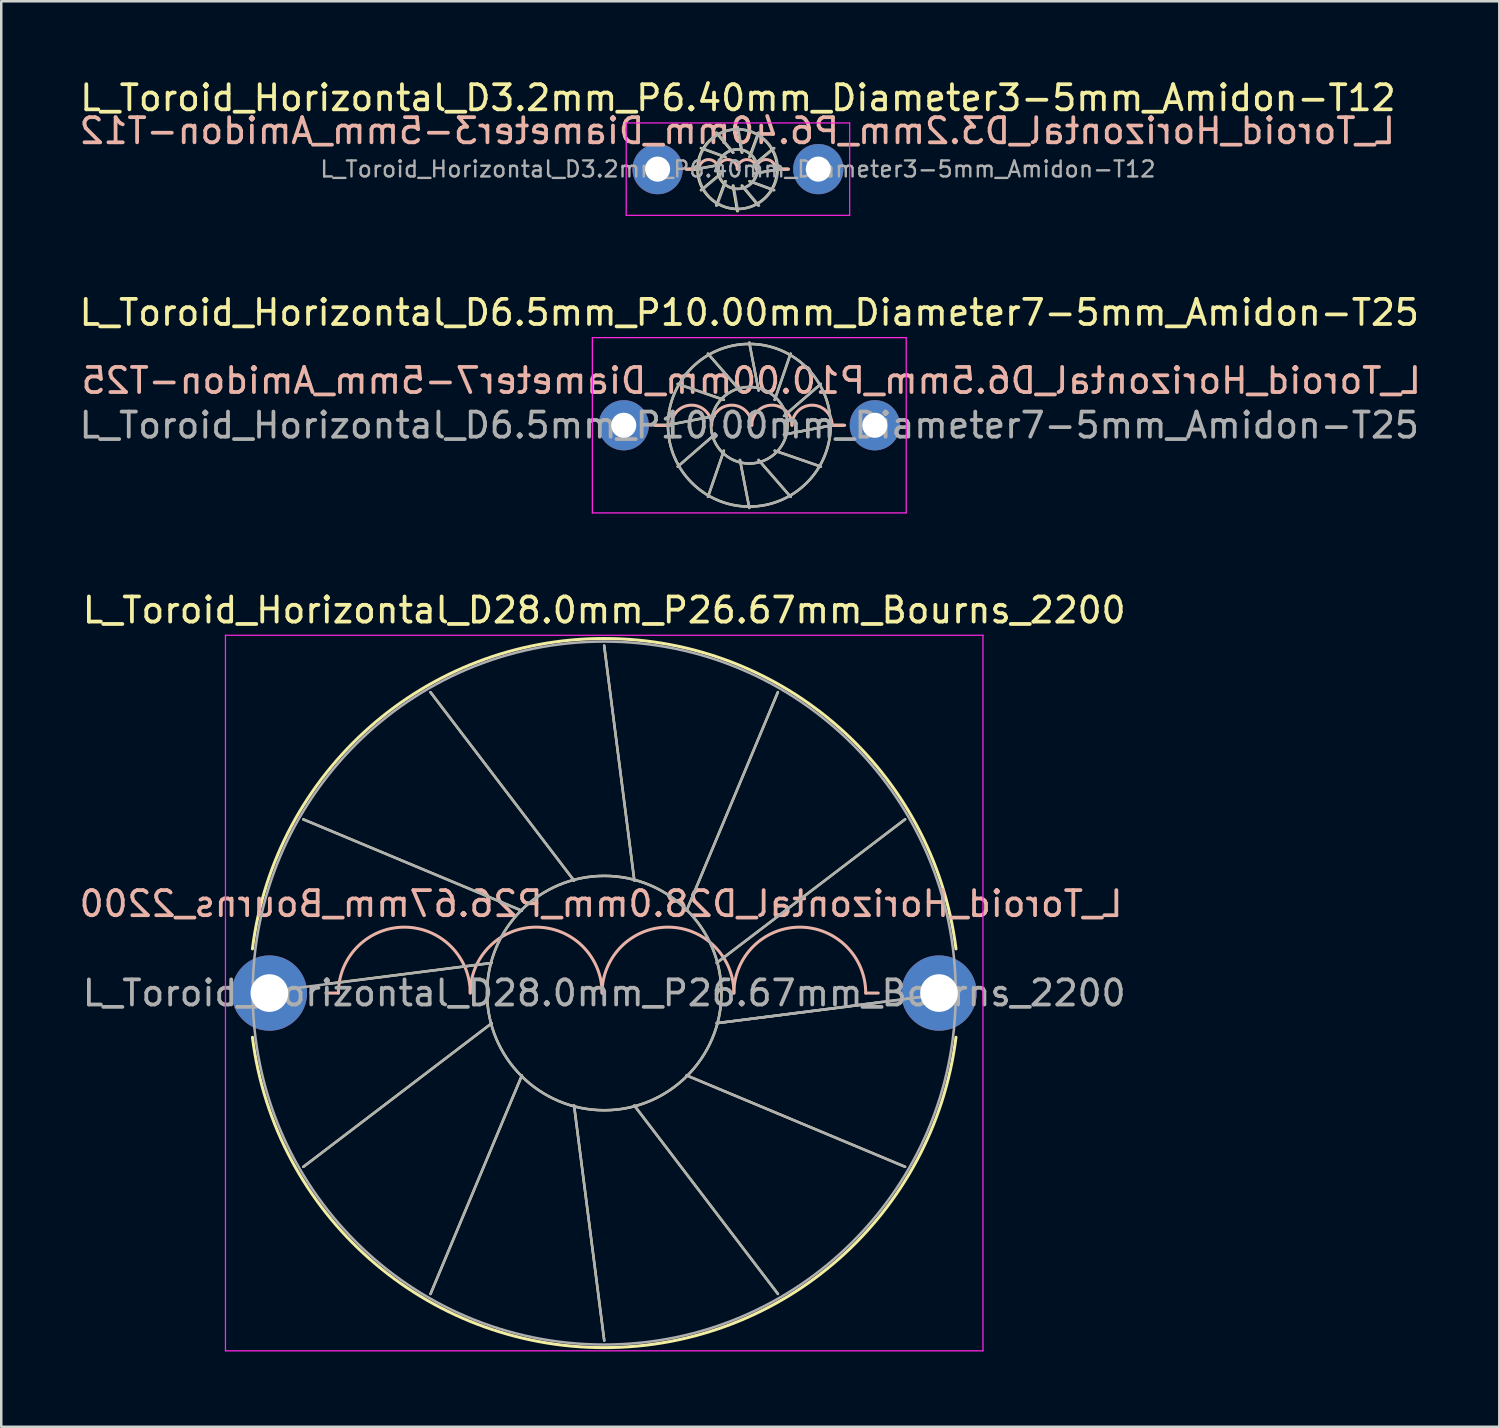
<source format=kicad_pcb>
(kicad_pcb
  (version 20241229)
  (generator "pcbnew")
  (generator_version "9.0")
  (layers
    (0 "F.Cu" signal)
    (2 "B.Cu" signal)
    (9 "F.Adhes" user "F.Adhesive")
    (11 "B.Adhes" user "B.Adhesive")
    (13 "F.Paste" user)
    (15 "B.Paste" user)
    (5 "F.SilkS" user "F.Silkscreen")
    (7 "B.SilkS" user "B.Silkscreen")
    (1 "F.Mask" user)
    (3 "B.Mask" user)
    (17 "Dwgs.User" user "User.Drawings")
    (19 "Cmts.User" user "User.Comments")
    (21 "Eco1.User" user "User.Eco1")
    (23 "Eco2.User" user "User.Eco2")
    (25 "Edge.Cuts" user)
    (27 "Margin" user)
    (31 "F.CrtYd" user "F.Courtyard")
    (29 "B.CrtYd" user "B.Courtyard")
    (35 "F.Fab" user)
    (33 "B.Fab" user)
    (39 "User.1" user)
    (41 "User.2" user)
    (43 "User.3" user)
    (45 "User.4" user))
  (footprint "L_Toroid_Horizontal_D3.2mm_P6.40mm_Diameter3-5mm_Amidon-T12"
    (layer "F.Cu")
    (at 23.14 3.686)
    (property "Reference" "L_Toroid_Horizontal_D3.2mm_P6.40mm_Diameter3-5mm_Amidon-T12" (at 3.2 -2.837 0) (layer "F.SilkS") (effects (font (size 1 1) (thickness 0.15))))
    (fp_line (start 1.143 0) (end 1.502 0.000155) (stroke (width 0.12) (type solid)) (layer "F.SilkS"))
    (fp_line (start 1.502 0.000155) (end 2.517 -0.176) (stroke (width 0.1) (type solid)) (layer "F.SilkS"))
    (fp_line (start 1.726 -0.837) (end 2.694 -0.481) (stroke (width 0.1) (type solid)) (layer "F.SilkS"))
    (fp_line (start 1.726 0.837) (end 2.517 0.176) (stroke (width 0.1) (type solid)) (layer "F.SilkS"))
    (fp_line (start 2.338 -1.449) (end 2.999 -0.658) (stroke (width 0.1) (type solid)) (layer "F.SilkS"))
    (fp_line (start 2.338 1.449) (end 2.694 0.481) (stroke (width 0.1) (type solid)) (layer "F.SilkS"))
    (fp_line (start 3.175 -1.673) (end 3.351 -0.658) (stroke (width 0.1) (type solid)) (layer "F.SilkS"))
    (fp_line (start 3.175 1.673) (end 2.999 0.658) (stroke (width 0.1) (type solid)) (layer "F.SilkS"))
    (fp_line (start 4.011 -1.449) (end 3.656 -0.481) (stroke (width 0.1) (type solid)) (layer "F.SilkS"))
    (fp_line (start 4.012 1.449) (end 3.351 0.658) (stroke (width 0.1) (type solid)) (layer "F.SilkS"))
    (fp_line (start 4.624 -0.837) (end 3.833 -0.176) (stroke (width 0.1) (type solid)) (layer "F.SilkS"))
    (fp_line (start 4.624 0.837) (end 3.656 0.481) (stroke (width 0.1) (type solid)) (layer "F.SilkS"))
    (fp_line (start 4.848 -0.00031) (end 3.833 0.176) (stroke (width 0.1) (type solid)) (layer "F.SilkS"))
    (fp_line (start 4.848 -0.00031) (end 5.207 0) (stroke (width 0.12) (type solid)) (layer "F.SilkS"))
    (fp_circle (center 3.175 0) (end 3.962 0) (stroke (width 0.1) (type solid)) (fill no) (layer "F.SilkS"))
    (fp_circle (center 3.175 0) (end 4.763 0) (stroke (width 0.1) (type solid)) (fill no) (layer "F.SilkS"))
    (fp_line (start 1.143 0) (end 1.651 0) (stroke (width 0.12) (type solid)) (layer "B.SilkS"))
    (fp_line (start 4.953 0) (end 4.699 0) (stroke (width 0.12) (type solid)) (layer "B.SilkS"))
    (fp_line (start 5.207 0) (end 4.953 0) (stroke (width 0.12) (type solid)) (layer "B.SilkS"))
    (fp_arc (start 1.651 0) (mid 2.032 -0.381) (end 2.413 0) (stroke (width 0.12) (type solid)) (layer "B.SilkS"))
    (fp_arc (start 2.413 0) (mid 2.794 -0.381) (end 3.175 0) (stroke (width 0.12) (type solid)) (layer "B.SilkS"))
    (fp_arc (start 3.175 0) (mid 3.556 -0.381) (end 3.937 0) (stroke (width 0.12) (type solid)) (layer "B.SilkS"))
    (fp_arc (start 3.937 0) (mid 4.318 -0.381) (end 4.699 0) (stroke (width 0.12) (type solid)) (layer "B.SilkS"))
    (fp_line (start -1.25 -1.84) (end -1.25 1.84) (stroke (width 0.05) (type solid)) (layer "F.CrtYd"))
    (fp_line (start -1.25 1.84) (end 7.65 1.84) (stroke (width 0.05) (type solid)) (layer "F.CrtYd"))
    (fp_line (start 7.65 -1.84) (end -1.25 -1.84) (stroke (width 0.05) (type solid)) (layer "F.CrtYd"))
    (fp_line (start 7.65 1.84) (end 7.65 -1.84) (stroke (width 0.05) (type solid)) (layer "F.CrtYd"))
    (fp_line (start 1.527 0.000155) (end 2.542 -0.176) (stroke (width 0.1) (type solid)) (layer "F.Fab"))
    (fp_line (start 1.751 -0.837) (end 2.719 -0.481) (stroke (width 0.1) (type solid)) (layer "F.Fab"))
    (fp_line (start 1.751 0.837) (end 2.542 0.176) (stroke (width 0.1) (type solid)) (layer "F.Fab"))
    (fp_line (start 2.363 -1.449) (end 3.024 -0.658) (stroke (width 0.1) (type solid)) (layer "F.Fab"))
    (fp_line (start 2.363 1.449) (end 2.719 0.481) (stroke (width 0.1) (type solid)) (layer "F.Fab"))
    (fp_line (start 3.2 -1.673) (end 3.376 -0.658) (stroke (width 0.1) (type solid)) (layer "F.Fab"))
    (fp_line (start 3.2 1.673) (end 3.024 0.658) (stroke (width 0.1) (type solid)) (layer "F.Fab"))
    (fp_line (start 4.036 -1.449) (end 3.681 -0.481) (stroke (width 0.1) (type solid)) (layer "F.Fab"))
    (fp_line (start 4.037 1.449) (end 3.376 0.658) (stroke (width 0.1) (type solid)) (layer "F.Fab"))
    (fp_line (start 4.649 -0.837) (end 3.858 -0.176) (stroke (width 0.1) (type solid)) (layer "F.Fab"))
    (fp_line (start 4.649 0.837) (end 3.681 0.481) (stroke (width 0.1) (type solid)) (layer "F.Fab"))
    (fp_line (start 4.873 -0.00031) (end 3.858 0.176) (stroke (width 0.1) (type solid)) (layer "F.Fab"))
    (fp_line (start 4.873 0) (end 3.858 0.176) (stroke (width 0.1) (type solid)) (layer "F.Fab"))
    (fp_circle (center 3.2 0) (end 3.987 0) (stroke (width 0.1) (type solid)) (fill no) (layer "F.Fab"))
    (fp_circle (center 3.2 0) (end 4.787 0) (stroke (width 0.1) (type solid)) (fill no) (layer "F.Fab"))
    (fp_text user "${REFERENCE}" (at 3.175 -1.524 0) (layer "B.SilkS") (effects (font (size 1 1) (thickness 0.15)) (justify mirror)))
    (fp_text user "${REFERENCE}" (at 3.2 0 0) (layer "F.Fab") (effects (font (size 0.635 0.635) (thickness 0.095))))
    (pad "1" thru_hole circle (at 0 0) (size 2 2) (drill 1) (layers "*.Cu" "*.Mask"))
    (pad "2" thru_hole circle (at 6.4 0) (size 2 2) (drill 1) (layers "*.Cu" "*.Mask")))
  (footprint "L_Toroid_Horizontal_D6.5mm_P10.00mm_Diameter7-5mm_Amidon-T25"
    (layer "F.Cu")
    (at 21.792 13.887)
    (property "Reference" "L_Toroid_Horizontal_D6.5mm_P10.00mm_Diameter7-5mm_Amidon-T25" (at 5 -4.489 0) (layer "F.SilkS") (effects (font (size 1 1) (thickness 0.15))))
    (fp_line (start 1.27 0) (end 1.709 0.000305) (stroke (width 0.12) (type solid)) (layer "F.SilkS"))
    (fp_line (start 1.709 0.000305) (end 3.617 -0.371) (stroke (width 0.1) (type solid)) (layer "F.SilkS"))
    (fp_line (start 2.149 -1.645) (end 3.987 -1.013) (stroke (width 0.1) (type solid)) (layer "F.SilkS"))
    (fp_line (start 2.15 1.646) (end 3.617 0.371) (stroke (width 0.1) (type solid)) (layer "F.SilkS"))
    (fp_line (start 3.354 -2.85) (end 4.629 -1.383) (stroke (width 0.1) (type solid)) (layer "F.SilkS"))
    (fp_line (start 3.355 2.85) (end 3.987 1.013) (stroke (width 0.1) (type solid)) (layer "F.SilkS"))
    (fp_line (start 5 -3.291) (end 5.37 -1.383) (stroke (width 0.1) (type solid)) (layer "F.SilkS"))
    (fp_line (start 5 3.291) (end 4.629 1.383) (stroke (width 0.1) (type solid)) (layer "F.SilkS"))
    (fp_line (start 6.645 -2.851) (end 6.012 -1.013) (stroke (width 0.1) (type solid)) (layer "F.SilkS"))
    (fp_line (start 6.646 2.85) (end 5.371 1.383) (stroke (width 0.1) (type solid)) (layer "F.SilkS"))
    (fp_line (start 7.85 -1.646) (end 6.383 -0.371) (stroke (width 0.1) (type solid)) (layer "F.SilkS"))
    (fp_line (start 7.85 1.646) (end 6.013 1.013) (stroke (width 0.1) (type solid)) (layer "F.SilkS"))
    (fp_line (start 8.291 0) (end 6.383 0.371) (stroke (width 0.1) (type solid)) (layer "F.SilkS"))
    (fp_line (start 8.763 0) (end 8.291 0) (stroke (width 0.12) (type solid)) (layer "F.SilkS"))
    (fp_circle (center 5 0) (end 6.524 0) (stroke (width 0.1) (type solid)) (fill no) (layer "F.SilkS"))
    (fp_circle (center 5 0) (end 8.239 0) (stroke (width 0.1) (type solid)) (fill no) (layer "F.SilkS"))
    (fp_line (start 1.2 0) (end 1.9 0) (stroke (width 0.12) (type solid)) (layer "B.SilkS"))
    (fp_line (start 8.8 0) (end 8.3 0) (stroke (width 0.12) (type solid)) (layer "B.SilkS"))
    (fp_arc (start 1.9 0) (mid 2.7 -0.8) (end 3.5 0) (stroke (width 0.12) (type solid)) (layer "B.SilkS"))
    (fp_arc (start 3.5 0) (mid 4.3 -0.8) (end 5.1 0) (stroke (width 0.12) (type solid)) (layer "B.SilkS"))
    (fp_arc (start 5.1 0) (mid 5.9 -0.8) (end 6.7 0) (stroke (width 0.12) (type solid)) (layer "B.SilkS"))
    (fp_arc (start 6.7 0) (mid 7.5 -0.8) (end 8.3 0) (stroke (width 0.12) (type solid)) (layer "B.SilkS"))
    (fp_line (start -1.25 -3.49) (end -1.25 3.49) (stroke (width 0.05) (type solid)) (layer "F.CrtYd"))
    (fp_line (start -1.25 3.49) (end 11.25 3.49) (stroke (width 0.05) (type solid)) (layer "F.CrtYd"))
    (fp_line (start 11.25 -3.49) (end -1.25 -3.49) (stroke (width 0.05) (type solid)) (layer "F.CrtYd"))
    (fp_line (start 11.25 3.49) (end 11.25 -3.49) (stroke (width 0.05) (type solid)) (layer "F.CrtYd"))
    (fp_line (start 1.709 0.000305) (end 3.617 -0.371) (stroke (width 0.1) (type solid)) (layer "F.Fab"))
    (fp_line (start 2.149 -1.645) (end 3.987 -1.013) (stroke (width 0.1) (type solid)) (layer "F.Fab"))
    (fp_line (start 2.15 1.646) (end 3.617 0.371) (stroke (width 0.1) (type solid)) (layer "F.Fab"))
    (fp_line (start 3.354 -2.85) (end 4.629 -1.383) (stroke (width 0.1) (type solid)) (layer "F.Fab"))
    (fp_line (start 3.355 2.85) (end 3.987 1.013) (stroke (width 0.1) (type solid)) (layer "F.Fab"))
    (fp_line (start 5 -3.291) (end 5.37 -1.383) (stroke (width 0.1) (type solid)) (layer "F.Fab"))
    (fp_line (start 5 3.291) (end 4.629 1.383) (stroke (width 0.1) (type solid)) (layer "F.Fab"))
    (fp_line (start 6.645 -2.851) (end 6.012 -1.013) (stroke (width 0.1) (type solid)) (layer "F.Fab"))
    (fp_line (start 6.646 2.85) (end 5.371 1.383) (stroke (width 0.1) (type solid)) (layer "F.Fab"))
    (fp_line (start 7.85 -1.646) (end 6.383 -0.371) (stroke (width 0.1) (type solid)) (layer "F.Fab"))
    (fp_line (start 7.85 1.646) (end 6.013 1.013) (stroke (width 0.1) (type solid)) (layer "F.Fab"))
    (fp_line (start 8.291 -0.001) (end 6.383 0.37) (stroke (width 0.1) (type solid)) (layer "F.Fab"))
    (fp_line (start 8.291 0) (end 6.383 0.371) (stroke (width 0.1) (type solid)) (layer "F.Fab"))
    (fp_circle (center 5 0) (end 6.524 0) (stroke (width 0.1) (type solid)) (fill no) (layer "F.Fab"))
    (fp_circle (center 5 0) (end 8.239 0) (stroke (width 0.1) (type solid)) (fill no) (layer "F.Fab"))
    (fp_text user "${REFERENCE}" (at 5.08 -1.778 0) (layer "B.SilkS") (effects (font (size 1 1) (thickness 0.15)) (justify mirror)))
    (fp_text user "${REFERENCE}" (at 5 0 0) (layer "F.Fab") (effects (font (size 1 1) (thickness 0.15))))
    (pad "1" thru_hole circle (at 0 0) (size 2 2) (drill 1) (layers "*.Cu" "*.Mask"))
    (pad "2" thru_hole circle (at 10 0) (size 2 2) (drill 1) (layers "*.Cu" "*.Mask")))
  (footprint "L_Toroid_Horizontal_D28.0mm_P26.67mm_Bourns_2200"
    (layer "F.Cu")
    (at 7.679 36.501)
    (property "Reference" "L_Toroid_Horizontal_D28.0mm_P26.67mm_Bourns_2200" (at 13.335 -15.25 0) (layer "F.SilkS") (effects (font (size 1 1) (thickness 0.15))))
    (fp_line (start 1.351 -6.918) (end 10.055 -3.279) (stroke (width 0.1) (type solid)) (layer "F.SilkS"))
    (fp_line (start 1.352 6.92) (end 8.856 1.201) (stroke (width 0.1) (type solid)) (layer "F.SilkS"))
    (fp_line (start 2.413 -0.381) (end 8.855 -1.2) (stroke (width 0.1) (type solid)) (layer "F.SilkS"))
    (fp_line (start 6.415 -11.983) (end 12.134 -4.479) (stroke (width 0.1) (type solid)) (layer "F.SilkS"))
    (fp_line (start 6.417 11.984) (end 10.056 3.28) (stroke (width 0.1) (type solid)) (layer "F.SilkS"))
    (fp_line (start 13.333 -13.838) (end 14.535 -4.48) (stroke (width 0.1) (type solid)) (layer "F.SilkS"))
    (fp_line (start 13.336 13.838) (end 12.135 4.48) (stroke (width 0.1) (type solid)) (layer "F.SilkS"))
    (fp_line (start 20.252 -11.985) (end 16.614 -3.28) (stroke (width 0.1) (type solid)) (layer "F.SilkS"))
    (fp_line (start 20.254 11.983) (end 14.535 4.48) (stroke (width 0.1) (type solid)) (layer "F.SilkS"))
    (fp_line (start 24.257 0.381) (end 17.815 1.199) (stroke (width 0.1) (type solid)) (layer "F.SilkS"))
    (fp_line (start 25.318 -6.921) (end 17.814 -1.201) (stroke (width 0.1) (type solid)) (layer "F.SilkS"))
    (fp_line (start 25.319 6.919) (end 16.614 3.279) (stroke (width 0.1) (type solid)) (layer "F.SilkS"))
    (fp_arc (start -0.674882 -1.76) (mid 13.335 -14.12) (end 27.344882 -1.76) (stroke (width 0.12) (type solid)) (layer "F.SilkS"))
    (fp_arc (start 27.344882 1.76) (mid 13.335 14.12) (end -0.674882 1.76) (stroke (width 0.12) (type solid)) (layer "F.SilkS"))
    (fp_circle (center 13.335 0) (end 18.002 0) (stroke (width 0.1) (type solid)) (fill no) (layer "F.SilkS"))
    (fp_line (start 2.75 0) (end 2.25 0) (stroke (width 0.12) (type solid)) (layer "B.SilkS"))
    (fp_line (start 23.75 0) (end 24.25 0) (stroke (width 0.12) (type solid)) (layer "B.SilkS"))
    (fp_arc (start 2.75 0) (mid 5.375 -2.625) (end 8 0) (stroke (width 0.12) (type solid)) (layer "B.SilkS"))
    (fp_arc (start 8 0) (mid 10.625 -2.625) (end 13.25 0) (stroke (width 0.12) (type solid)) (layer "B.SilkS"))
    (fp_arc (start 13.25 0) (mid 15.875 -2.625) (end 18.5 0) (stroke (width 0.12) (type solid)) (layer "B.SilkS"))
    (fp_arc (start 18.5 0) (mid 21.125 -2.625) (end 23.75 0) (stroke (width 0.12) (type solid)) (layer "B.SilkS"))
    (fp_line (start -1.75 -14.25) (end -1.75 14.25) (stroke (width 0.05) (type solid)) (layer "F.CrtYd"))
    (fp_line (start -1.75 14.25) (end 28.42 14.25) (stroke (width 0.05) (type solid)) (layer "F.CrtYd"))
    (fp_line (start 28.42 -14.25) (end -1.75 -14.25) (stroke (width 0.05) (type solid)) (layer "F.CrtYd"))
    (fp_line (start 28.42 14.25) (end 28.42 -14.25) (stroke (width 0.05) (type solid)) (layer "F.CrtYd"))
    (fp_line (start -0.503 0.001) (end 8.855 -1.2) (stroke (width 0.1) (type solid)) (layer "F.Fab"))
    (fp_line (start 1.351 -6.918) (end 10.055 -3.279) (stroke (width 0.1) (type solid)) (layer "F.Fab"))
    (fp_line (start 1.352 6.92) (end 8.856 1.201) (stroke (width 0.1) (type solid)) (layer "F.Fab"))
    (fp_line (start 6.415 -11.983) (end 12.134 -4.479) (stroke (width 0.1) (type solid)) (layer "F.Fab"))
    (fp_line (start 6.417 11.984) (end 10.056 3.28) (stroke (width 0.1) (type solid)) (layer "F.Fab"))
    (fp_line (start 13.333 -13.838) (end 14.535 -4.48) (stroke (width 0.1) (type solid)) (layer "F.Fab"))
    (fp_line (start 13.336 13.838) (end 12.135 4.48) (stroke (width 0.1) (type solid)) (layer "F.Fab"))
    (fp_line (start 20.252 -11.985) (end 16.614 -3.28) (stroke (width 0.1) (type solid)) (layer "F.Fab"))
    (fp_line (start 20.254 11.983) (end 14.535 4.48) (stroke (width 0.1) (type solid)) (layer "F.Fab"))
    (fp_line (start 25.318 -6.921) (end 17.814 -1.201) (stroke (width 0.1) (type solid)) (layer "F.Fab"))
    (fp_line (start 25.319 6.919) (end 16.614 3.279) (stroke (width 0.1) (type solid)) (layer "F.Fab"))
    (fp_line (start 27.173 -0.003) (end 17.815 1.199) (stroke (width 0.1) (type solid)) (layer "F.Fab"))
    (fp_line (start 27.173 0) (end 17.815 1.2) (stroke (width 0.1) (type solid)) (layer "F.Fab"))
    (fp_circle (center 13.335 0) (end 18.002 0) (stroke (width 0.1) (type solid)) (fill no) (layer "F.Fab"))
    (fp_circle (center 13.335 0) (end 27.335 0) (stroke (width 0.1) (type solid)) (fill no) (layer "F.Fab"))
    (fp_text user "${REFERENCE}" (at 13.208 -3.556 0) (layer "B.SilkS") (effects (font (size 1 1) (thickness 0.15)) (justify mirror)))
    (fp_text user "${REFERENCE}" (at 13.335 0 0) (layer "F.Fab") (effects (font (size 1 1) (thickness 0.15))))
    (pad "1" thru_hole circle (at 0 0) (size 3 3) (drill 1.5) (layers "*.Cu" "*.Mask"))
    (pad "2" thru_hole circle (at 26.67 0) (size 3 3) (drill 1.5) (layers "*.Cu" "*.Mask")))
  (gr_rect
    (start -3 -3)
    (end 56.663 53.776)
    (stroke (width 0.1) (type default))
    (fill no)
    (layer "Edge.Cuts")))
</source>
